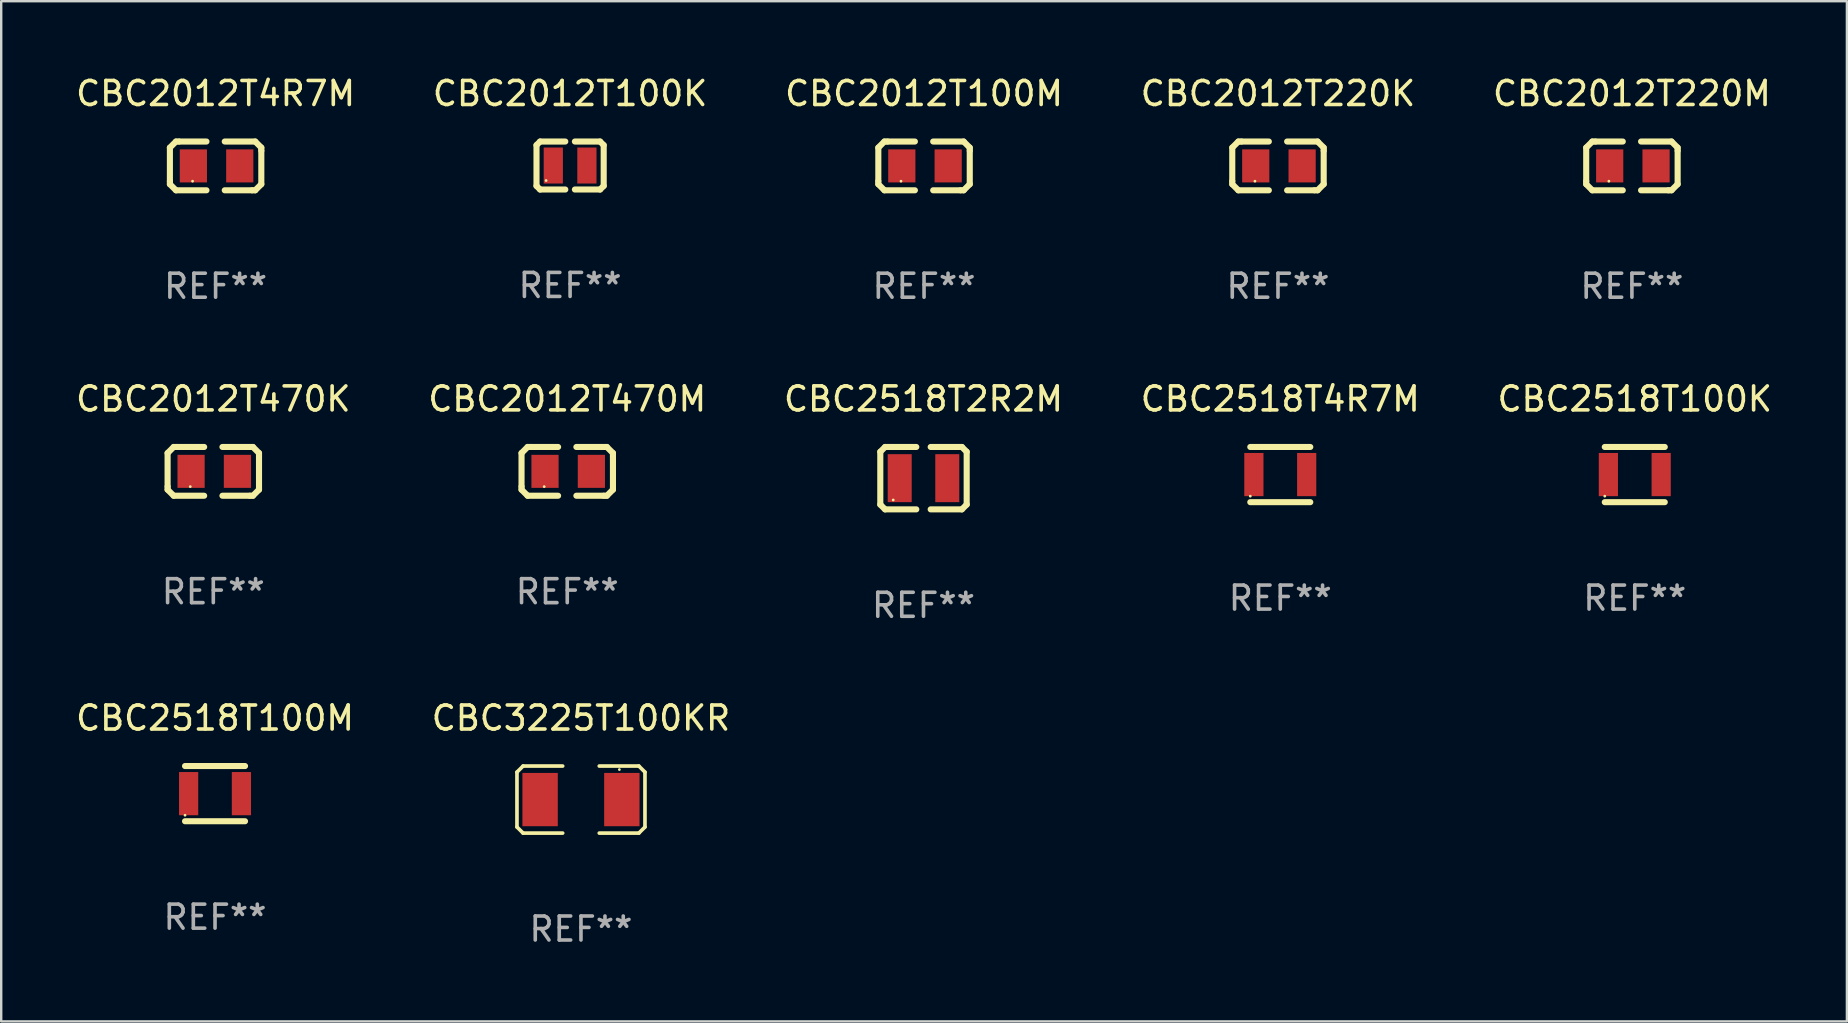
<source format=kicad_pcb>
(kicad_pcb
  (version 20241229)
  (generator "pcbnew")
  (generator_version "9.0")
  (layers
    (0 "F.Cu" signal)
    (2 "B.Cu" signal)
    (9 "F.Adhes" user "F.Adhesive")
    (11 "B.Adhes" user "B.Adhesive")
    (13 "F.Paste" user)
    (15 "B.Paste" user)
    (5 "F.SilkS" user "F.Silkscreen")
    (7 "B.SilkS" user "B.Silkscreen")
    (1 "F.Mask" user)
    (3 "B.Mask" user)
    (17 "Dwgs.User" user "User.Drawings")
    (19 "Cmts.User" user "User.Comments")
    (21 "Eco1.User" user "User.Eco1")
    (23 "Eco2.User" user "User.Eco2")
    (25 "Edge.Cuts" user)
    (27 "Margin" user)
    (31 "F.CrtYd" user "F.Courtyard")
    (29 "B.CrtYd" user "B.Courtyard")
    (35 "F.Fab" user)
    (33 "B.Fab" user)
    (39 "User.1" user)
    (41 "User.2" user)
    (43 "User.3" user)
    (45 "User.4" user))
  (footprint "CBC2012T100K"
    (layer "F.Cu")
    (at 20.708 3.848)
    (property "Reference" "CBC2012T100K" (at 0 -3 0) (layer "F.SilkS") (effects (font (size 1 1) (thickness 0.15))))
    (attr through_hole)
    (fp_line (start -1.4 -0.85) (end -1.4 0.85) (stroke (width 0.254) (type solid)) (layer "F.SilkS"))
    (fp_line (start -1.4 0.85) (end -1.25 1) (stroke (width 0.254) (type solid)) (layer "F.SilkS"))
    (fp_line (start -1.25 -1) (end -1.4 -0.85) (stroke (width 0.254) (type solid)) (layer "F.SilkS"))
    (fp_line (start -1.25 1) (end -0.2 1) (stroke (width 0.254) (type solid)) (layer "F.SilkS"))
    (fp_line (start -0.2 -1) (end -1.25 -1) (stroke (width 0.254) (type solid)) (layer "F.SilkS"))
    (fp_line (start 0.2 1) (end 1.25 1) (stroke (width 0.254) (type solid)) (layer "F.SilkS"))
    (fp_line (start 1.25 -1) (end 0.2 -1) (stroke (width 0.254) (type solid)) (layer "F.SilkS"))
    (fp_line (start 1.25 1) (end 1.4 0.85) (stroke (width 0.254) (type solid)) (layer "F.SilkS"))
    (fp_line (start 1.4 -0.85) (end 1.25 -1) (stroke (width 0.254) (type solid)) (layer "F.SilkS"))
    (fp_line (start 1.4 0.85) (end 1.4 -0.85) (stroke (width 0.254) (type solid)) (layer "F.SilkS"))
    (fp_circle (center -1 0.625) (end -0.97 0.625) (stroke (width 0.06) (type solid)) (fill no) (layer "F.SilkS"))
    (fp_text user "REF**" (at 0 5 0) (layer "F.Fab") (effects (font (size 1 1) (thickness 0.15))))
    (pad "1" smd rect (at -0.7 -0.000114 180) (size 0.8 1.5) (layers "F.Cu" "F.Mask" "F.Paste"))
    (pad "2" smd rect (at 0.7 -0.000114 180) (size 0.8 1.5) (layers "F.Cu" "F.Mask" "F.Paste")))
  (footprint "CBC2012T470M"
    (layer "F.Cu")
    (at 20.589 16.593)
    (property "Reference" "CBC2012T470M" (at 0 -3.016 0) (layer "F.SilkS") (effects (font (size 1 1) (thickness 0.15))))
    (attr through_hole)
    (fp_line (start -1.905 -0.762) (end -1.905 0.635) (stroke (width 0.254) (type solid)) (layer "F.SilkS"))
    (fp_line (start -1.905 0.635) (end -1.905 0.762) (stroke (width 0.254) (type solid)) (layer "F.SilkS"))
    (fp_line (start -1.905 0.762) (end -1.651 1.016) (stroke (width 0.254) (type solid)) (layer "F.SilkS"))
    (fp_line (start -1.651 -1.016) (end -1.905 -0.762) (stroke (width 0.254) (type solid)) (layer "F.SilkS"))
    (fp_line (start -1.651 1.016) (end -0.381 1.016) (stroke (width 0.254) (type solid)) (layer "F.SilkS"))
    (fp_line (start -1.524 -1.016) (end -1.651 -1.016) (stroke (width 0.254) (type solid)) (layer "F.SilkS"))
    (fp_line (start -0.381 -1.016) (end -1.524 -1.016) (stroke (width 0.254) (type solid)) (layer "F.SilkS"))
    (fp_line (start 0.381 1.016) (end 1.524 1.016) (stroke (width 0.254) (type solid)) (layer "F.SilkS"))
    (fp_line (start 1.524 1.016) (end 1.651 1.016) (stroke (width 0.254) (type solid)) (layer "F.SilkS"))
    (fp_line (start 1.651 -1.016) (end 0.381 -1.016) (stroke (width 0.254) (type solid)) (layer "F.SilkS"))
    (fp_line (start 1.651 1.016) (end 1.905 0.762) (stroke (width 0.254) (type solid)) (layer "F.SilkS"))
    (fp_line (start 1.905 -0.762) (end 1.651 -1.016) (stroke (width 0.254) (type solid)) (layer "F.SilkS"))
    (fp_line (start 1.905 -0.635) (end 1.905 -0.762) (stroke (width 0.254) (type solid)) (layer "F.SilkS"))
    (fp_line (start 1.905 0.762) (end 1.905 -0.635) (stroke (width 0.254) (type solid)) (layer "F.SilkS"))
    (fp_circle (center -0.96 0.637) (end -0.93 0.637) (stroke (width 0.06) (type solid)) (fill no) (layer "F.SilkS"))
    (fp_text user "REF**" (at 0 5.016 0) (layer "F.Fab") (effects (font (size 1 1) (thickness 0.15))))
    (pad "1" smd rect (at -0.926 -0.000051) (size 1.133 1.377) (layers "F.Cu" "F.Mask" "F.Paste"))
    (pad "2" smd rect (at 1.006 -0.000051) (size 1.133 1.377) (layers "F.Cu" "F.Mask" "F.Paste")))
  (footprint "CBC2012T4R7M"
    (layer "F.Cu")
    (at 5.935 3.864)
    (property "Reference" "CBC2012T4R7M" (at 0 -3.016 0) (layer "F.SilkS") (effects (font (size 1 1) (thickness 0.15))))
    (attr through_hole)
    (fp_line (start -1.905 -0.762) (end -1.905 0.635) (stroke (width 0.254) (type solid)) (layer "F.SilkS"))
    (fp_line (start -1.905 0.635) (end -1.905 0.762) (stroke (width 0.254) (type solid)) (layer "F.SilkS"))
    (fp_line (start -1.905 0.762) (end -1.651 1.016) (stroke (width 0.254) (type solid)) (layer "F.SilkS"))
    (fp_line (start -1.651 -1.016) (end -1.905 -0.762) (stroke (width 0.254) (type solid)) (layer "F.SilkS"))
    (fp_line (start -1.651 1.016) (end -0.381 1.016) (stroke (width 0.254) (type solid)) (layer "F.SilkS"))
    (fp_line (start -1.524 -1.016) (end -1.651 -1.016) (stroke (width 0.254) (type solid)) (layer "F.SilkS"))
    (fp_line (start -0.381 -1.016) (end -1.524 -1.016) (stroke (width 0.254) (type solid)) (layer "F.SilkS"))
    (fp_line (start 0.381 1.016) (end 1.524 1.016) (stroke (width 0.254) (type solid)) (layer "F.SilkS"))
    (fp_line (start 1.524 1.016) (end 1.651 1.016) (stroke (width 0.254) (type solid)) (layer "F.SilkS"))
    (fp_line (start 1.651 -1.016) (end 0.381 -1.016) (stroke (width 0.254) (type solid)) (layer "F.SilkS"))
    (fp_line (start 1.651 1.016) (end 1.905 0.762) (stroke (width 0.254) (type solid)) (layer "F.SilkS"))
    (fp_line (start 1.905 -0.762) (end 1.651 -1.016) (stroke (width 0.254) (type solid)) (layer "F.SilkS"))
    (fp_line (start 1.905 -0.635) (end 1.905 -0.762) (stroke (width 0.254) (type solid)) (layer "F.SilkS"))
    (fp_line (start 1.905 0.762) (end 1.905 -0.635) (stroke (width 0.254) (type solid)) (layer "F.SilkS"))
    (fp_circle (center -0.96 0.637) (end -0.93 0.637) (stroke (width 0.06) (type solid)) (fill no) (layer "F.SilkS"))
    (fp_text user "REF**" (at 0 5.016 0) (layer "F.Fab") (effects (font (size 1 1) (thickness 0.15))))
    (pad "1" smd rect (at -0.926 -0.000051) (size 1.133 1.377) (layers "F.Cu" "F.Mask" "F.Paste"))
    (pad "2" smd rect (at 1.006 -0.000051) (size 1.133 1.377) (layers "F.Cu" "F.Mask" "F.Paste")))
  (footprint "CBC2012T220K"
    (layer "F.Cu")
    (at 50.208 3.864)
    (property "Reference" "CBC2012T220K" (at 0 -3.016 0) (layer "F.SilkS") (effects (font (size 1 1) (thickness 0.15))))
    (attr through_hole)
    (fp_line (start -1.905 -0.762) (end -1.905 0.635) (stroke (width 0.254) (type solid)) (layer "F.SilkS"))
    (fp_line (start -1.905 0.635) (end -1.905 0.762) (stroke (width 0.254) (type solid)) (layer "F.SilkS"))
    (fp_line (start -1.905 0.762) (end -1.651 1.016) (stroke (width 0.254) (type solid)) (layer "F.SilkS"))
    (fp_line (start -1.651 -1.016) (end -1.905 -0.762) (stroke (width 0.254) (type solid)) (layer "F.SilkS"))
    (fp_line (start -1.651 1.016) (end -0.381 1.016) (stroke (width 0.254) (type solid)) (layer "F.SilkS"))
    (fp_line (start -1.524 -1.016) (end -1.651 -1.016) (stroke (width 0.254) (type solid)) (layer "F.SilkS"))
    (fp_line (start -0.381 -1.016) (end -1.524 -1.016) (stroke (width 0.254) (type solid)) (layer "F.SilkS"))
    (fp_line (start 0.381 1.016) (end 1.524 1.016) (stroke (width 0.254) (type solid)) (layer "F.SilkS"))
    (fp_line (start 1.524 1.016) (end 1.651 1.016) (stroke (width 0.254) (type solid)) (layer "F.SilkS"))
    (fp_line (start 1.651 -1.016) (end 0.381 -1.016) (stroke (width 0.254) (type solid)) (layer "F.SilkS"))
    (fp_line (start 1.651 1.016) (end 1.905 0.762) (stroke (width 0.254) (type solid)) (layer "F.SilkS"))
    (fp_line (start 1.905 -0.762) (end 1.651 -1.016) (stroke (width 0.254) (type solid)) (layer "F.SilkS"))
    (fp_line (start 1.905 -0.635) (end 1.905 -0.762) (stroke (width 0.254) (type solid)) (layer "F.SilkS"))
    (fp_line (start 1.905 0.762) (end 1.905 -0.635) (stroke (width 0.254) (type solid)) (layer "F.SilkS"))
    (fp_circle (center -0.96 0.637) (end -0.93 0.637) (stroke (width 0.06) (type solid)) (fill no) (layer "F.SilkS"))
    (fp_text user "REF**" (at 0 5.016 0) (layer "F.Fab") (effects (font (size 1 1) (thickness 0.15))))
    (pad "1" smd rect (at -0.926 -0.000051) (size 1.133 1.377) (layers "F.Cu" "F.Mask" "F.Paste"))
    (pad "2" smd rect (at 1.006 -0.000051) (size 1.133 1.377) (layers "F.Cu" "F.Mask" "F.Paste")))
  (footprint "CBC2012T220M"
    (layer "F.Cu")
    (at 64.958 3.864)
    (property "Reference" "CBC2012T220M" (at 0 -3.016 0) (layer "F.SilkS") (effects (font (size 1 1) (thickness 0.15))))
    (attr through_hole)
    (fp_line (start -1.905 -0.762) (end -1.905 0.635) (stroke (width 0.254) (type solid)) (layer "F.SilkS"))
    (fp_line (start -1.905 0.635) (end -1.905 0.762) (stroke (width 0.254) (type solid)) (layer "F.SilkS"))
    (fp_line (start -1.905 0.762) (end -1.651 1.016) (stroke (width 0.254) (type solid)) (layer "F.SilkS"))
    (fp_line (start -1.651 -1.016) (end -1.905 -0.762) (stroke (width 0.254) (type solid)) (layer "F.SilkS"))
    (fp_line (start -1.651 1.016) (end -0.381 1.016) (stroke (width 0.254) (type solid)) (layer "F.SilkS"))
    (fp_line (start -1.524 -1.016) (end -1.651 -1.016) (stroke (width 0.254) (type solid)) (layer "F.SilkS"))
    (fp_line (start -0.381 -1.016) (end -1.524 -1.016) (stroke (width 0.254) (type solid)) (layer "F.SilkS"))
    (fp_line (start 0.381 1.016) (end 1.524 1.016) (stroke (width 0.254) (type solid)) (layer "F.SilkS"))
    (fp_line (start 1.524 1.016) (end 1.651 1.016) (stroke (width 0.254) (type solid)) (layer "F.SilkS"))
    (fp_line (start 1.651 -1.016) (end 0.381 -1.016) (stroke (width 0.254) (type solid)) (layer "F.SilkS"))
    (fp_line (start 1.651 1.016) (end 1.905 0.762) (stroke (width 0.254) (type solid)) (layer "F.SilkS"))
    (fp_line (start 1.905 -0.762) (end 1.651 -1.016) (stroke (width 0.254) (type solid)) (layer "F.SilkS"))
    (fp_line (start 1.905 -0.635) (end 1.905 -0.762) (stroke (width 0.254) (type solid)) (layer "F.SilkS"))
    (fp_line (start 1.905 0.762) (end 1.905 -0.635) (stroke (width 0.254) (type solid)) (layer "F.SilkS"))
    (fp_circle (center -0.96 0.637) (end -0.93 0.637) (stroke (width 0.06) (type solid)) (fill no) (layer "F.SilkS"))
    (fp_text user "REF**" (at 0 5.016 0) (layer "F.Fab") (effects (font (size 1 1) (thickness 0.15))))
    (pad "1" smd rect (at -0.926 -0.000051) (size 1.133 1.377) (layers "F.Cu" "F.Mask" "F.Paste"))
    (pad "2" smd rect (at 1.006 -0.000051) (size 1.133 1.377) (layers "F.Cu" "F.Mask" "F.Paste")))
  (footprint "CBC2518T4R7M"
    (layer "F.Cu")
    (at 50.304 16.727)
    (property "Reference" "CBC2518T4R7M" (at 0 -3.15 0) (layer "F.SilkS") (effects (font (size 1 1) (thickness 0.15))))
    (attr through_hole)
    (fp_line (start -1.25 -1.15) (end 1.25 -1.15) (stroke (width 0.254) (type solid)) (layer "F.SilkS"))
    (fp_line (start -1.25 1.15) (end 1.25 1.15) (stroke (width 0.254) (type solid)) (layer "F.SilkS"))
    (fp_circle (center -1.25 0.9) (end -1.22 0.9) (stroke (width 0.06) (type solid)) (fill no) (layer "F.SilkS"))
    (fp_text user "REF**" (at 0 5.15 0) (layer "F.Fab") (effects (font (size 1 1) (thickness 0.15))))
    (pad "1" smd rect (at -1.1 0 90) (size 1.8 0.8) (layers "F.Cu" "F.Mask" "F.Paste"))
    (pad "2" smd rect (at 1.1 0 90) (size 1.8 0.8) (layers "F.Cu" "F.Mask" "F.Paste")))
  (footprint "CBC2012T100M"
    (layer "F.Cu")
    (at 35.458 3.864)
    (property "Reference" "CBC2012T100M" (at 0 -3.016 0) (layer "F.SilkS") (effects (font (size 1 1) (thickness 0.15))))
    (attr through_hole)
    (fp_line (start -1.905 -0.762) (end -1.905 0.635) (stroke (width 0.254) (type solid)) (layer "F.SilkS"))
    (fp_line (start -1.905 0.635) (end -1.905 0.762) (stroke (width 0.254) (type solid)) (layer "F.SilkS"))
    (fp_line (start -1.905 0.762) (end -1.651 1.016) (stroke (width 0.254) (type solid)) (layer "F.SilkS"))
    (fp_line (start -1.651 -1.016) (end -1.905 -0.762) (stroke (width 0.254) (type solid)) (layer "F.SilkS"))
    (fp_line (start -1.651 1.016) (end -0.381 1.016) (stroke (width 0.254) (type solid)) (layer "F.SilkS"))
    (fp_line (start -1.524 -1.016) (end -1.651 -1.016) (stroke (width 0.254) (type solid)) (layer "F.SilkS"))
    (fp_line (start -0.381 -1.016) (end -1.524 -1.016) (stroke (width 0.254) (type solid)) (layer "F.SilkS"))
    (fp_line (start 0.381 1.016) (end 1.524 1.016) (stroke (width 0.254) (type solid)) (layer "F.SilkS"))
    (fp_line (start 1.524 1.016) (end 1.651 1.016) (stroke (width 0.254) (type solid)) (layer "F.SilkS"))
    (fp_line (start 1.651 -1.016) (end 0.381 -1.016) (stroke (width 0.254) (type solid)) (layer "F.SilkS"))
    (fp_line (start 1.651 1.016) (end 1.905 0.762) (stroke (width 0.254) (type solid)) (layer "F.SilkS"))
    (fp_line (start 1.905 -0.762) (end 1.651 -1.016) (stroke (width 0.254) (type solid)) (layer "F.SilkS"))
    (fp_line (start 1.905 -0.635) (end 1.905 -0.762) (stroke (width 0.254) (type solid)) (layer "F.SilkS"))
    (fp_line (start 1.905 0.762) (end 1.905 -0.635) (stroke (width 0.254) (type solid)) (layer "F.SilkS"))
    (fp_circle (center -0.96 0.637) (end -0.93 0.637) (stroke (width 0.06) (type solid)) (fill no) (layer "F.SilkS"))
    (fp_text user "REF**" (at 0 5.016 0) (layer "F.Fab") (effects (font (size 1 1) (thickness 0.15))))
    (pad "1" smd rect (at -0.926 -0.000051) (size 1.133 1.377) (layers "F.Cu" "F.Mask" "F.Paste"))
    (pad "2" smd rect (at 1.006 -0.000051) (size 1.133 1.377) (layers "F.Cu" "F.Mask" "F.Paste")))
  (footprint "CBC3225T100KR"
    (layer "F.Cu")
    (at 21.161 30.271)
    (property "Reference" "CBC3225T100KR" (at 0 -3.397 0) (layer "F.SilkS") (effects (font (size 1 1) (thickness 0.15))))
    (attr through_hole)
    (fp_line (start -2.667 -1.143) (end -2.413 -1.397) (stroke (width 0.152) (type solid)) (layer "F.SilkS"))
    (fp_line (start -2.667 1.143) (end -2.667 -1.143) (stroke (width 0.152) (type solid)) (layer "F.SilkS"))
    (fp_line (start -2.413 -1.397) (end -0.762 -1.397) (stroke (width 0.152) (type solid)) (layer "F.SilkS"))
    (fp_line (start -2.413 1.397) (end -2.667 1.143) (stroke (width 0.152) (type solid)) (layer "F.SilkS"))
    (fp_line (start -0.762 1.397) (end -2.413 1.397) (stroke (width 0.152) (type solid)) (layer "F.SilkS"))
    (fp_line (start 0.762 -1.397) (end 2.413 -1.397) (stroke (width 0.152) (type solid)) (layer "F.SilkS"))
    (fp_line (start 2.413 -1.397) (end 2.667 -1.143) (stroke (width 0.152) (type solid)) (layer "F.SilkS"))
    (fp_line (start 2.413 1.397) (end 0.762 1.397) (stroke (width 0.152) (type solid)) (layer "F.SilkS"))
    (fp_line (start 2.667 -1.143) (end 2.667 1.143) (stroke (width 0.152) (type solid)) (layer "F.SilkS"))
    (fp_line (start 2.667 1.143) (end 2.413 1.397) (stroke (width 0.152) (type solid)) (layer "F.SilkS"))
    (fp_circle (center 1.6 -1.25) (end 1.63 -1.25) (stroke (width 0.06) (type solid)) (fill no) (layer "F.SilkS"))
    (fp_text user "REF**" (at 0 5.397 0) (layer "F.Fab") (effects (font (size 1 1) (thickness 0.15))))
    (pad "1" smd rect (at 1.703 0) (size 1.474 2.22) (layers "F.Cu" "F.Mask" "F.Paste"))
    (pad "2" smd rect (at -1.703 0) (size 1.474 2.22) (layers "F.Cu" "F.Mask" "F.Paste")))
  (footprint "CBC2518T100K"
    (layer "F.Cu")
    (at 65.077 16.727)
    (property "Reference" "CBC2518T100K" (at 0 -3.15 0) (layer "F.SilkS") (effects (font (size 1 1) (thickness 0.15))))
    (attr through_hole)
    (fp_line (start -1.25 -1.15) (end 1.25 -1.15) (stroke (width 0.254) (type solid)) (layer "F.SilkS"))
    (fp_line (start -1.25 1.15) (end 1.25 1.15) (stroke (width 0.254) (type solid)) (layer "F.SilkS"))
    (fp_circle (center -1.25 0.9) (end -1.22 0.9) (stroke (width 0.06) (type solid)) (fill no) (layer "F.SilkS"))
    (fp_text user "REF**" (at 0 5.15 0) (layer "F.Fab") (effects (font (size 1 1) (thickness 0.15))))
    (pad "1" smd rect (at -1.1 0 90) (size 1.8 0.8) (layers "F.Cu" "F.Mask" "F.Paste"))
    (pad "2" smd rect (at 1.1 0 90) (size 1.8 0.8) (layers "F.Cu" "F.Mask" "F.Paste")))
  (footprint "CBC2518T2R2M"
    (layer "F.Cu")
    (at 35.435 16.877)
    (property "Reference" "CBC2518T2R2M" (at 0 -3.3 0) (layer "F.SilkS") (effects (font (size 1 1) (thickness 0.15))))
    (attr through_hole)
    (fp_line (start -1.8 -1.1) (end -1.8 1.1) (stroke (width 0.254) (type solid)) (layer "F.SilkS"))
    (fp_line (start -1.8 1.1) (end -1.6 1.3) (stroke (width 0.254) (type solid)) (layer "F.SilkS"))
    (fp_line (start -1.6 -1.3) (end -1.8 -1.1) (stroke (width 0.254) (type solid)) (layer "F.SilkS"))
    (fp_line (start -1.6 1.3) (end -0.3 1.3) (stroke (width 0.254) (type solid)) (layer "F.SilkS"))
    (fp_line (start -0.3 -1.3) (end -1.6 -1.3) (stroke (width 0.254) (type solid)) (layer "F.SilkS"))
    (fp_line (start 0.3 1.3) (end 1.6 1.3) (stroke (width 0.254) (type solid)) (layer "F.SilkS"))
    (fp_line (start 1.6 -1.3) (end 0.3 -1.3) (stroke (width 0.254) (type solid)) (layer "F.SilkS"))
    (fp_line (start 1.6 1.3) (end 1.8 1.1) (stroke (width 0.254) (type solid)) (layer "F.SilkS"))
    (fp_line (start 1.8 -1.1) (end 1.6 -1.3) (stroke (width 0.254) (type solid)) (layer "F.SilkS"))
    (fp_line (start 1.8 1.1) (end 1.8 -1.1) (stroke (width 0.254) (type solid)) (layer "F.SilkS"))
    (fp_circle (center -1.262 0.909) (end -1.232 0.909) (stroke (width 0.06) (type solid)) (fill no) (layer "F.SilkS"))
    (fp_text user "REF**" (at 0 5.3 0) (layer "F.Fab") (effects (font (size 1 1) (thickness 0.15))))
    (pad "1" smd rect (at -0.991 -0.00014 90) (size 1.999 1) (layers "F.Cu" "F.Mask" "F.Paste"))
    (pad "2" smd rect (at 0.991 -0.00014 90) (size 1.999 1) (layers "F.Cu" "F.Mask" "F.Paste")))
  (footprint "CBC2518T100M"
    (layer "F.Cu")
    (at 5.911 30.024)
    (property "Reference" "CBC2518T100M" (at 0 -3.15 0) (layer "F.SilkS") (effects (font (size 1 1) (thickness 0.15))))
    (attr through_hole)
    (fp_line (start -1.25 -1.15) (end 1.25 -1.15) (stroke (width 0.254) (type solid)) (layer "F.SilkS"))
    (fp_line (start -1.25 1.15) (end 1.25 1.15) (stroke (width 0.254) (type solid)) (layer "F.SilkS"))
    (fp_circle (center -1.25 0.9) (end -1.22 0.9) (stroke (width 0.06) (type solid)) (fill no) (layer "F.SilkS"))
    (fp_text user "REF**" (at 0 5.15 0) (layer "F.Fab") (effects (font (size 1 1) (thickness 0.15))))
    (pad "1" smd rect (at -1.1 0 90) (size 1.8 0.8) (layers "F.Cu" "F.Mask" "F.Paste"))
    (pad "2" smd rect (at 1.1 0 90) (size 1.8 0.8) (layers "F.Cu" "F.Mask" "F.Paste")))
  (footprint "CBC2012T470K"
    (layer "F.Cu")
    (at 5.839 16.593)
    (property "Reference" "CBC2012T470K" (at 0 -3.016 0) (layer "F.SilkS") (effects (font (size 1 1) (thickness 0.15))))
    (attr through_hole)
    (fp_line (start -1.905 -0.762) (end -1.905 0.635) (stroke (width 0.254) (type solid)) (layer "F.SilkS"))
    (fp_line (start -1.905 0.635) (end -1.905 0.762) (stroke (width 0.254) (type solid)) (layer "F.SilkS"))
    (fp_line (start -1.905 0.762) (end -1.651 1.016) (stroke (width 0.254) (type solid)) (layer "F.SilkS"))
    (fp_line (start -1.651 -1.016) (end -1.905 -0.762) (stroke (width 0.254) (type solid)) (layer "F.SilkS"))
    (fp_line (start -1.651 1.016) (end -0.381 1.016) (stroke (width 0.254) (type solid)) (layer "F.SilkS"))
    (fp_line (start -1.524 -1.016) (end -1.651 -1.016) (stroke (width 0.254) (type solid)) (layer "F.SilkS"))
    (fp_line (start -0.381 -1.016) (end -1.524 -1.016) (stroke (width 0.254) (type solid)) (layer "F.SilkS"))
    (fp_line (start 0.381 1.016) (end 1.524 1.016) (stroke (width 0.254) (type solid)) (layer "F.SilkS"))
    (fp_line (start 1.524 1.016) (end 1.651 1.016) (stroke (width 0.254) (type solid)) (layer "F.SilkS"))
    (fp_line (start 1.651 -1.016) (end 0.381 -1.016) (stroke (width 0.254) (type solid)) (layer "F.SilkS"))
    (fp_line (start 1.651 1.016) (end 1.905 0.762) (stroke (width 0.254) (type solid)) (layer "F.SilkS"))
    (fp_line (start 1.905 -0.762) (end 1.651 -1.016) (stroke (width 0.254) (type solid)) (layer "F.SilkS"))
    (fp_line (start 1.905 -0.635) (end 1.905 -0.762) (stroke (width 0.254) (type solid)) (layer "F.SilkS"))
    (fp_line (start 1.905 0.762) (end 1.905 -0.635) (stroke (width 0.254) (type solid)) (layer "F.SilkS"))
    (fp_circle (center -0.96 0.637) (end -0.93 0.637) (stroke (width 0.06) (type solid)) (fill no) (layer "F.SilkS"))
    (fp_text user "REF**" (at 0 5.016 0) (layer "F.Fab") (effects (font (size 1 1) (thickness 0.15))))
    (pad "1" smd rect (at -0.926 -0.000051) (size 1.133 1.377) (layers "F.Cu" "F.Mask" "F.Paste"))
    (pad "2" smd rect (at 1.006 -0.000051) (size 1.133 1.377) (layers "F.Cu" "F.Mask" "F.Paste")))
  (gr_rect
    (start -3 -3)
    (end 73.917 39.516)
    (stroke (width 0.1) (type default))
    (fill no)
    (layer "Edge.Cuts")))
</source>
